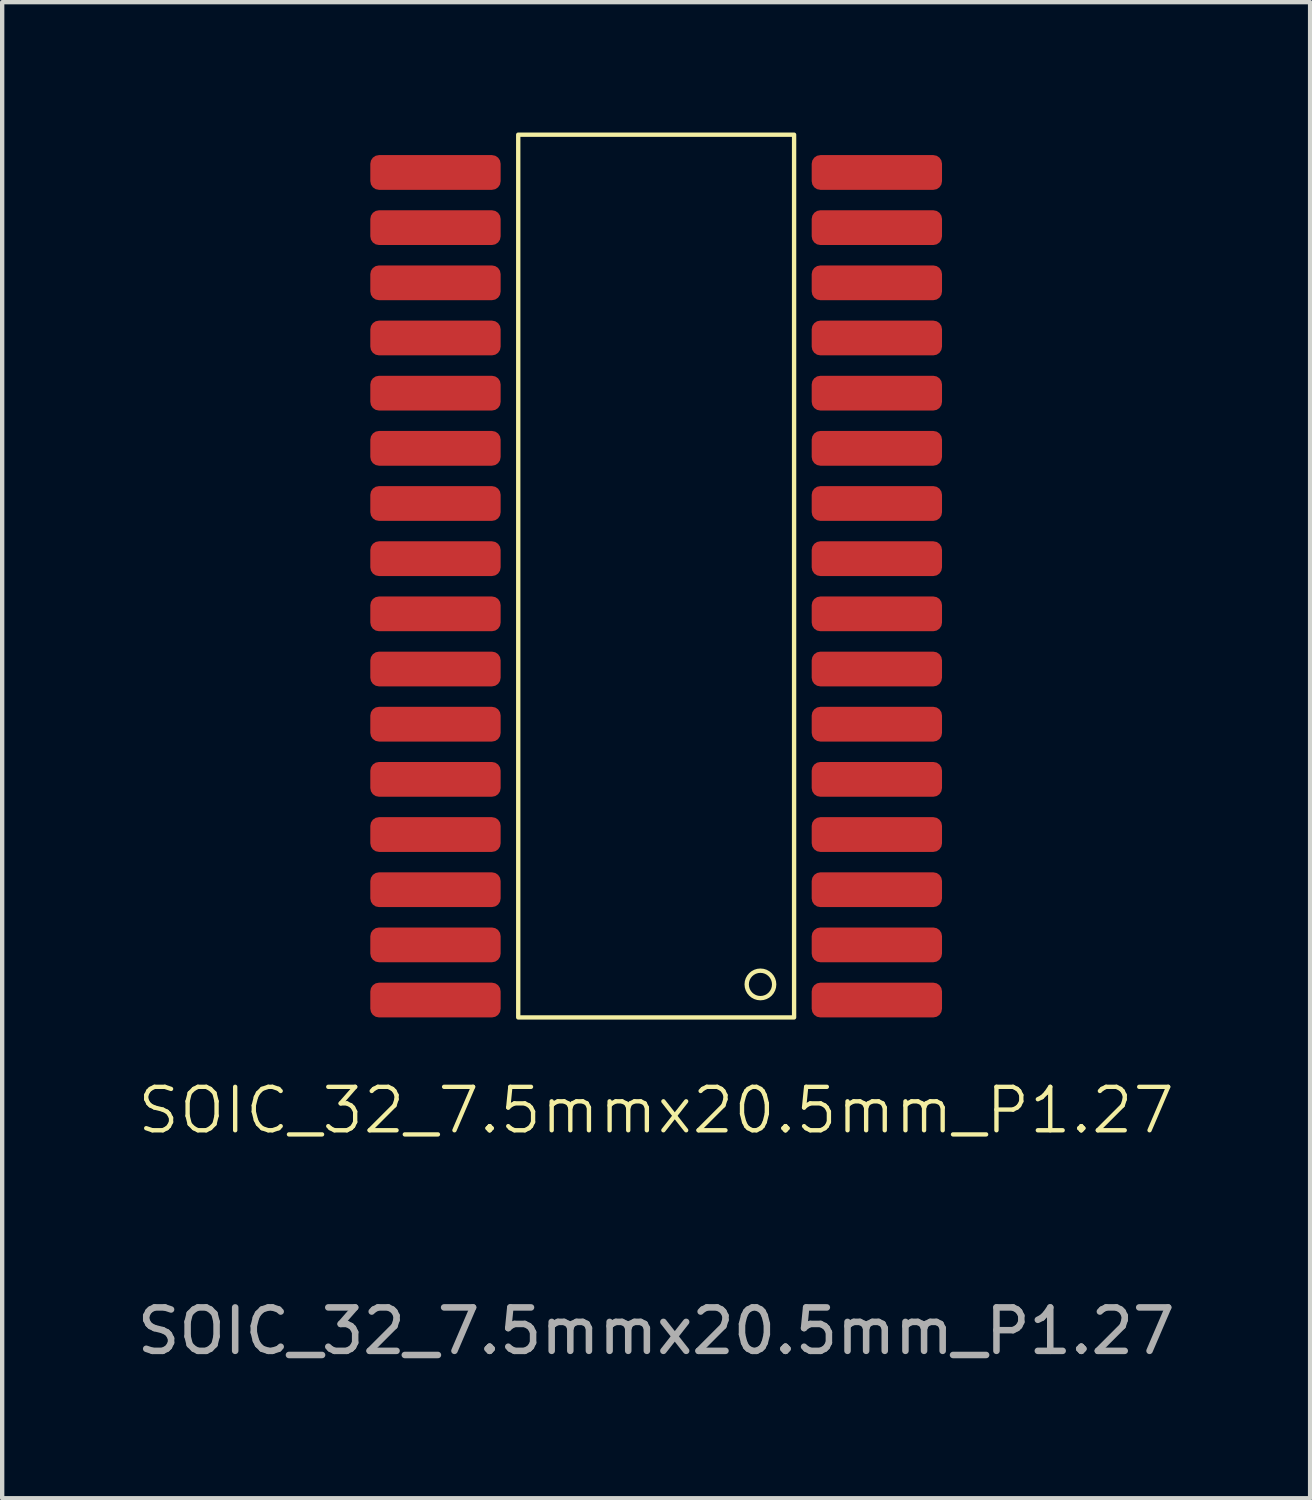
<source format=kicad_pcb>
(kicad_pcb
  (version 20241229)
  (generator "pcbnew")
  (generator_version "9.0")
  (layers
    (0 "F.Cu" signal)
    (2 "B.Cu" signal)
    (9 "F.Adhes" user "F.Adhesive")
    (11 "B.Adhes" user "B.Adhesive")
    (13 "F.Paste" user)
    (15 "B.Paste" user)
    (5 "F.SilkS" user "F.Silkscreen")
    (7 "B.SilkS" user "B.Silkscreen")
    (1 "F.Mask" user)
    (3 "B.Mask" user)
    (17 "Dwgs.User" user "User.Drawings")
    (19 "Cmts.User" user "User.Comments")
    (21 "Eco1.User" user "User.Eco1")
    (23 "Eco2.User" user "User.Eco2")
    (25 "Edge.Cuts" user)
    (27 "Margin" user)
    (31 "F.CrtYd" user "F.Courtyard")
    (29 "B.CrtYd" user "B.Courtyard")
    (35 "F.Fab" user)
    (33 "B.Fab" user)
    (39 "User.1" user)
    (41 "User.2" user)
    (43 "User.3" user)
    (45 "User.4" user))
  (footprint "SOIC_32_7.5mmx20.5mm_P1.27"
    (layer "F.Cu")
    (at 12.054 9.81)
    (property "Reference" "SOIC_32_7.5mmx20.5mm_P1.27" (at 0 12.7 0) (unlocked yes) (layer "F.SilkS") (effects (font (size 1 1) (thickness 0.1))))
    (attr smd)
    (fp_rect (start -3.175 -9.76) (end 3.175 10.56) (stroke (width 0.1) (type default)) (fill no) (layer "F.SilkS"))
    (fp_circle (center 2.4 9.8) (end 2.7 9.9) (stroke (width 0.1) (type default)) (fill no) (layer "F.SilkS"))
    (fp_text user "${REFERENCE}" (at 0 17.78 0) (unlocked yes) (layer "F.Fab") (effects (font (size 1 1) (thickness 0.15))))
    (pad "1" smd roundrect (at 5.08 10.16) (size 3 0.8) (layers "F.Cu" "F.Mask" "F.Paste") (roundrect_rratio 0.25))
    (pad "2" smd roundrect (at 5.08 8.89) (size 3 0.8) (layers "F.Cu" "F.Mask" "F.Paste") (roundrect_rratio 0.25))
    (pad "3" smd roundrect (at 5.08 7.62) (size 3 0.8) (layers "F.Cu" "F.Mask" "F.Paste") (roundrect_rratio 0.25))
    (pad "4" smd roundrect (at 5.08 6.35) (size 3 0.8) (layers "F.Cu" "F.Mask" "F.Paste") (roundrect_rratio 0.25))
    (pad "5" smd roundrect (at 5.08 5.08) (size 3 0.8) (layers "F.Cu" "F.Mask" "F.Paste") (roundrect_rratio 0.25))
    (pad "6" smd roundrect (at 5.08 3.81) (size 3 0.8) (layers "F.Cu" "F.Mask" "F.Paste") (roundrect_rratio 0.25))
    (pad "7" smd roundrect (at 5.08 2.54) (size 3 0.8) (layers "F.Cu" "F.Mask" "F.Paste") (roundrect_rratio 0.25))
    (pad "8" smd roundrect (at 5.08 1.27) (size 3 0.8) (layers "F.Cu" "F.Mask" "F.Paste") (roundrect_rratio 0.25))
    (pad "9" smd roundrect (at 5.08 0) (size 3 0.8) (layers "F.Cu" "F.Mask" "F.Paste") (roundrect_rratio 0.25))
    (pad "10" smd roundrect (at 5.08 -1.27) (size 3 0.8) (layers "F.Cu" "F.Mask" "F.Paste") (roundrect_rratio 0.25))
    (pad "11" smd roundrect (at 5.08 -2.54) (size 3 0.8) (layers "F.Cu" "F.Mask" "F.Paste") (roundrect_rratio 0.25))
    (pad "12" smd roundrect (at 5.08 -3.81) (size 3 0.8) (layers "F.Cu" "F.Mask" "F.Paste") (roundrect_rratio 0.25))
    (pad "13" smd roundrect (at 5.08 -5.08) (size 3 0.8) (layers "F.Cu" "F.Mask" "F.Paste") (roundrect_rratio 0.25))
    (pad "14" smd roundrect (at 5.08 -6.35) (size 3 0.8) (layers "F.Cu" "F.Mask" "F.Paste") (roundrect_rratio 0.25))
    (pad "15" smd roundrect (at 5.08 -7.62) (size 3 0.8) (layers "F.Cu" "F.Mask" "F.Paste") (roundrect_rratio 0.25))
    (pad "16" smd roundrect (at 5.08 -8.89) (size 3 0.8) (layers "F.Cu" "F.Mask" "F.Paste") (roundrect_rratio 0.25))
    (pad "17" smd roundrect (at -5.08 -8.89) (size 3 0.8) (layers "F.Cu" "F.Mask" "F.Paste") (roundrect_rratio 0.25))
    (pad "18" smd roundrect (at -5.08 -7.62) (size 3 0.8) (layers "F.Cu" "F.Mask" "F.Paste") (roundrect_rratio 0.25))
    (pad "19" smd roundrect (at -5.08 -6.35) (size 3 0.8) (layers "F.Cu" "F.Mask" "F.Paste") (roundrect_rratio 0.25))
    (pad "20" smd roundrect (at -5.08 -5.08) (size 3 0.8) (layers "F.Cu" "F.Mask" "F.Paste") (roundrect_rratio 0.25))
    (pad "21" smd roundrect (at -5.08 -3.81) (size 3 0.8) (layers "F.Cu" "F.Mask" "F.Paste") (roundrect_rratio 0.25))
    (pad "22" smd roundrect (at -5.08 -2.54) (size 3 0.8) (layers "F.Cu" "F.Mask" "F.Paste") (roundrect_rratio 0.25))
    (pad "23" smd roundrect (at -5.08 -1.27) (size 3 0.8) (layers "F.Cu" "F.Mask" "F.Paste") (roundrect_rratio 0.25))
    (pad "24" smd roundrect (at -5.08 0) (size 3 0.8) (layers "F.Cu" "F.Mask" "F.Paste") (roundrect_rratio 0.25))
    (pad "25" smd roundrect (at -5.08 1.27) (size 3 0.8) (layers "F.Cu" "F.Mask" "F.Paste") (roundrect_rratio 0.25))
    (pad "26" smd roundrect (at -5.08 2.54) (size 3 0.8) (layers "F.Cu" "F.Mask" "F.Paste") (roundrect_rratio 0.25))
    (pad "27" smd roundrect (at -5.08 3.81) (size 3 0.8) (layers "F.Cu" "F.Mask" "F.Paste") (roundrect_rratio 0.25))
    (pad "28" smd roundrect (at -5.08 5.08) (size 3 0.8) (layers "F.Cu" "F.Mask" "F.Paste") (roundrect_rratio 0.25))
    (pad "29" smd roundrect (at -5.08 6.35) (size 3 0.8) (layers "F.Cu" "F.Mask" "F.Paste") (roundrect_rratio 0.25))
    (pad "30" smd roundrect (at -5.08 7.62) (size 3 0.8) (layers "F.Cu" "F.Mask" "F.Paste") (roundrect_rratio 0.25))
    (pad "31" smd roundrect (at -5.08 8.89) (size 3 0.8) (layers "F.Cu" "F.Mask" "F.Paste") (roundrect_rratio 0.25))
    (pad "32" smd roundrect (at -5.08 10.16) (size 3 0.8) (layers "F.Cu" "F.Mask" "F.Paste") (roundrect_rratio 0.25)))
  (gr_rect
    (start -3 -3)
    (end 27.107 31.438)
    (stroke (width 0.1) (type default))
    (fill no)
    (layer "Edge.Cuts")))
</source>
